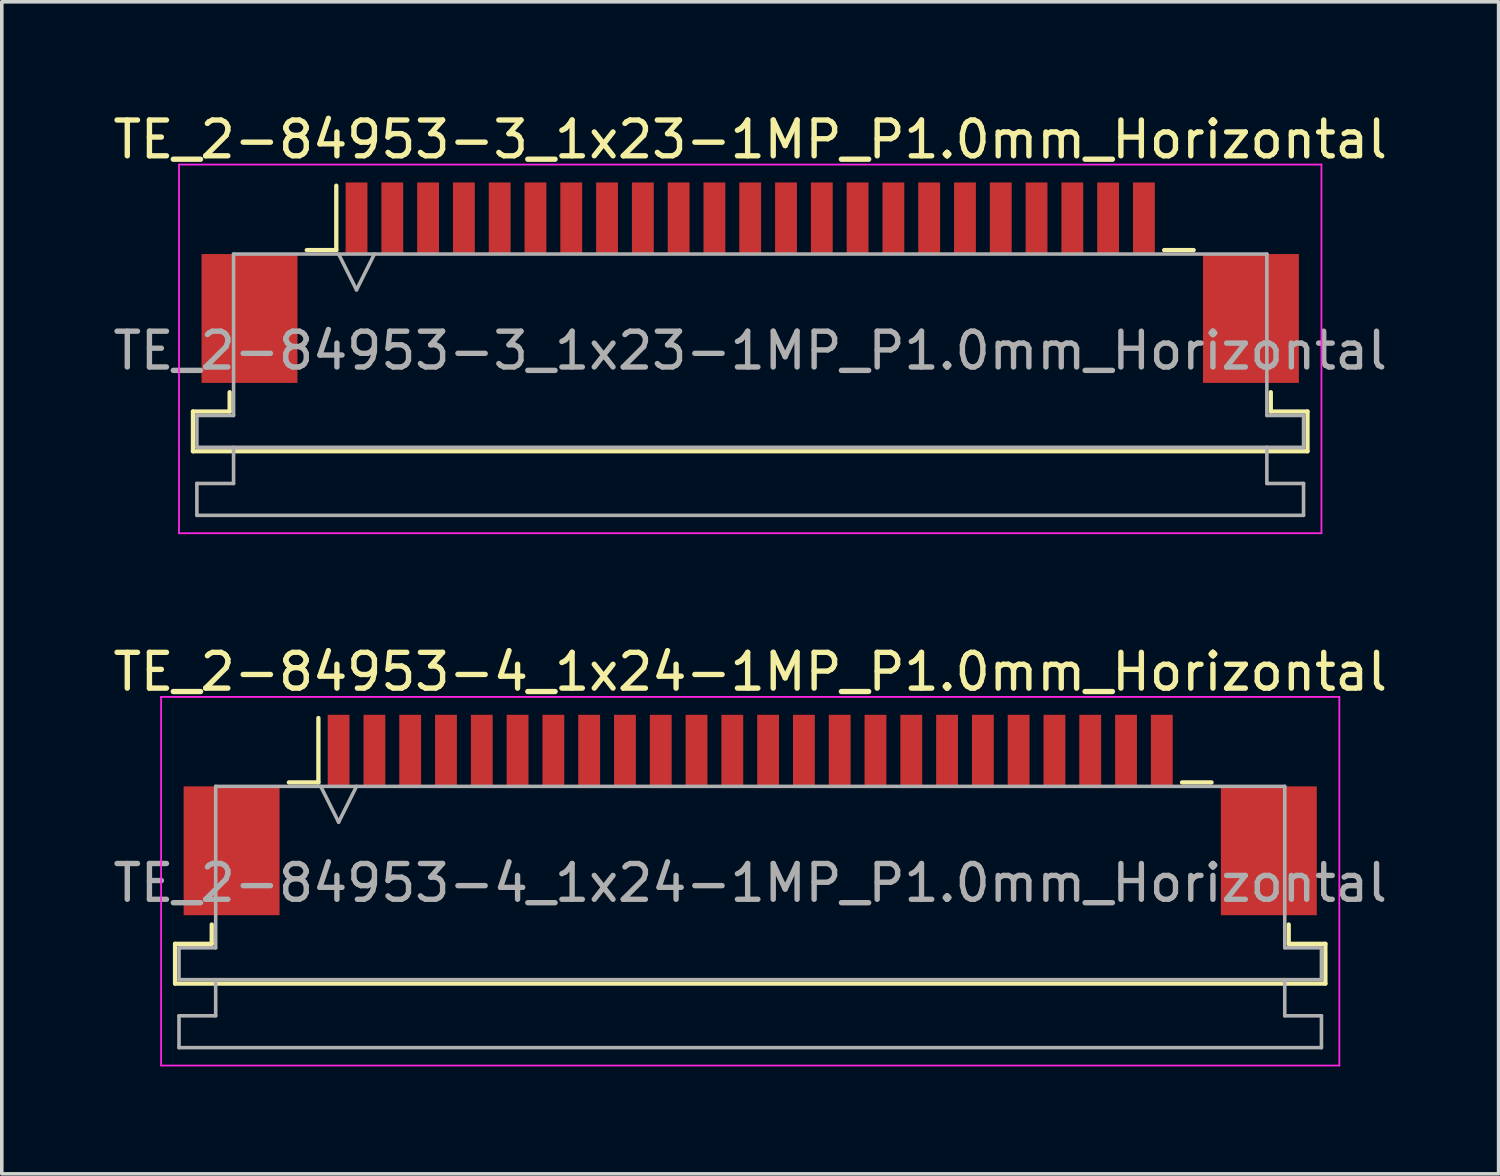
<source format=kicad_pcb>
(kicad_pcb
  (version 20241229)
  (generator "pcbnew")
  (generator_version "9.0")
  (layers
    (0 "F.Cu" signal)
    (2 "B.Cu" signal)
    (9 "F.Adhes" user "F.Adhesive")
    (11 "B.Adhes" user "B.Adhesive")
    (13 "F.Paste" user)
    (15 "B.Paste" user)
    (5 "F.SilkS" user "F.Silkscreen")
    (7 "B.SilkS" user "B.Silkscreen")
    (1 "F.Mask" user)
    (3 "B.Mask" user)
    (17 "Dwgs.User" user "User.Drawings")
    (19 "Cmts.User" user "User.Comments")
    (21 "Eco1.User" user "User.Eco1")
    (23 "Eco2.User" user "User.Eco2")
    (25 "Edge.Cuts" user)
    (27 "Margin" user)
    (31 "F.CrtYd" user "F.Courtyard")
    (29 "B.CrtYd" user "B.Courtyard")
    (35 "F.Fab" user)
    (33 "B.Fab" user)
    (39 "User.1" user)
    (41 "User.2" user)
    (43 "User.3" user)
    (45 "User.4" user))
  (footprint "TE_2-84953-4_1x24-1MP_P1.0mm_Horizontal"
    (layer "F.Cu")
    (at 17.911 19.721)
    (property "Reference" "TE_2-84953-4_1x24-1MP_P1.0mm_Horizontal" (at 0 -4 0) (layer "F.SilkS") (effects (font (size 1 1) (thickness 0.15))))
    (attr smd)
    (fp_line (start -16.07 3.6) (end -15.045 3.6) (stroke (width 0.12) (type solid)) (layer "F.SilkS"))
    (fp_line (start -16.07 4.71) (end -16.07 3.6) (stroke (width 0.12) (type solid)) (layer "F.SilkS"))
    (fp_line (start -15.045 3.6) (end -15.045 3.06) (stroke (width 0.12) (type solid)) (layer "F.SilkS"))
    (fp_line (start -12.89 -0.91) (end -12.065 -0.91) (stroke (width 0.12) (type solid)) (layer "F.SilkS"))
    (fp_line (start -12.065 -0.91) (end -12.065 -2.71) (stroke (width 0.12) (type solid)) (layer "F.SilkS"))
    (fp_line (start 12.065 -0.91) (end 12.89 -0.91) (stroke (width 0.12) (type solid)) (layer "F.SilkS"))
    (fp_line (start 15.045 3.06) (end 15.045 3.6) (stroke (width 0.12) (type solid)) (layer "F.SilkS"))
    (fp_line (start 15.045 3.6) (end 16.07 3.6) (stroke (width 0.12) (type solid)) (layer "F.SilkS"))
    (fp_line (start 16.07 3.6) (end 16.07 4.71) (stroke (width 0.12) (type solid)) (layer "F.SilkS"))
    (fp_line (start 16.07 4.71) (end -16.07 4.71) (stroke (width 0.12) (type solid)) (layer "F.SilkS"))
    (fp_line (start -16.46 -3.3) (end -16.46 7) (stroke (width 0.05) (type solid)) (layer "F.CrtYd"))
    (fp_line (start -16.46 7) (end 16.46 7) (stroke (width 0.05) (type solid)) (layer "F.CrtYd"))
    (fp_line (start 16.46 -3.3) (end -16.46 -3.3) (stroke (width 0.05) (type solid)) (layer "F.CrtYd"))
    (fp_line (start 16.46 7) (end 16.46 -3.3) (stroke (width 0.05) (type solid)) (layer "F.CrtYd"))
    (fp_line (start -15.96 3.71) (end -14.935 3.71) (stroke (width 0.1) (type solid)) (layer "F.Fab"))
    (fp_line (start -15.96 4.6) (end -15.96 3.71) (stroke (width 0.1) (type solid)) (layer "F.Fab"))
    (fp_line (start -15.96 5.61) (end -14.935 5.61) (stroke (width 0.1) (type solid)) (layer "F.Fab"))
    (fp_line (start -15.96 6.5) (end -15.96 5.61) (stroke (width 0.1) (type solid)) (layer "F.Fab"))
    (fp_line (start -14.935 -0.8) (end 14.935 -0.8) (stroke (width 0.1) (type solid)) (layer "F.Fab"))
    (fp_line (start -14.935 3.71) (end -14.935 -0.8) (stroke (width 0.1) (type solid)) (layer "F.Fab"))
    (fp_line (start -14.935 5.61) (end -14.935 4.6) (stroke (width 0.1) (type solid)) (layer "F.Fab"))
    (fp_line (start -12 -0.8) (end -11.5 0.2) (stroke (width 0.1) (type solid)) (layer "F.Fab"))
    (fp_line (start -11.5 0.2) (end -11 -0.8) (stroke (width 0.1) (type solid)) (layer "F.Fab"))
    (fp_line (start 14.935 -0.8) (end 14.935 3.71) (stroke (width 0.1) (type solid)) (layer "F.Fab"))
    (fp_line (start 14.935 3.71) (end 15.96 3.71) (stroke (width 0.1) (type solid)) (layer "F.Fab"))
    (fp_line (start 14.935 4.6) (end 14.935 5.61) (stroke (width 0.1) (type solid)) (layer "F.Fab"))
    (fp_line (start 14.935 5.61) (end 15.96 5.61) (stroke (width 0.1) (type solid)) (layer "F.Fab"))
    (fp_line (start 15.96 3.71) (end 15.96 4.6) (stroke (width 0.1) (type solid)) (layer "F.Fab"))
    (fp_line (start 15.96 4.6) (end -15.96 4.6) (stroke (width 0.1) (type solid)) (layer "F.Fab"))
    (fp_line (start 15.96 5.61) (end 15.96 6.5) (stroke (width 0.1) (type solid)) (layer "F.Fab"))
    (fp_line (start 15.96 6.5) (end -15.96 6.5) (stroke (width 0.1) (type solid)) (layer "F.Fab"))
    (fp_text user "${REFERENCE}" (at 0 1.9 0) (layer "F.Fab") (effects (font (size 1 1) (thickness 0.15))))
    (pad "1" smd rect (at -11.5 -1.8) (size 0.61 2) (layers "F.Cu" "F.Mask" "F.Paste"))
    (pad "2" smd rect (at -10.5 -1.8) (size 0.61 2) (layers "F.Cu" "F.Mask" "F.Paste"))
    (pad "3" smd rect (at -9.5 -1.8) (size 0.61 2) (layers "F.Cu" "F.Mask" "F.Paste"))
    (pad "4" smd rect (at -8.5 -1.8) (size 0.61 2) (layers "F.Cu" "F.Mask" "F.Paste"))
    (pad "5" smd rect (at -7.5 -1.8) (size 0.61 2) (layers "F.Cu" "F.Mask" "F.Paste"))
    (pad "6" smd rect (at -6.5 -1.8) (size 0.61 2) (layers "F.Cu" "F.Mask" "F.Paste"))
    (pad "7" smd rect (at -5.5 -1.8) (size 0.61 2) (layers "F.Cu" "F.Mask" "F.Paste"))
    (pad "8" smd rect (at -4.5 -1.8) (size 0.61 2) (layers "F.Cu" "F.Mask" "F.Paste"))
    (pad "9" smd rect (at -3.5 -1.8) (size 0.61 2) (layers "F.Cu" "F.Mask" "F.Paste"))
    (pad "10" smd rect (at -2.5 -1.8) (size 0.61 2) (layers "F.Cu" "F.Mask" "F.Paste"))
    (pad "11" smd rect (at -1.5 -1.8) (size 0.61 2) (layers "F.Cu" "F.Mask" "F.Paste"))
    (pad "12" smd rect (at -0.5 -1.8) (size 0.61 2) (layers "F.Cu" "F.Mask" "F.Paste"))
    (pad "13" smd rect (at 0.5 -1.8) (size 0.61 2) (layers "F.Cu" "F.Mask" "F.Paste"))
    (pad "14" smd rect (at 1.5 -1.8) (size 0.61 2) (layers "F.Cu" "F.Mask" "F.Paste"))
    (pad "15" smd rect (at 2.5 -1.8) (size 0.61 2) (layers "F.Cu" "F.Mask" "F.Paste"))
    (pad "16" smd rect (at 3.5 -1.8) (size 0.61 2) (layers "F.Cu" "F.Mask" "F.Paste"))
    (pad "17" smd rect (at 4.5 -1.8) (size 0.61 2) (layers "F.Cu" "F.Mask" "F.Paste"))
    (pad "18" smd rect (at 5.5 -1.8) (size 0.61 2) (layers "F.Cu" "F.Mask" "F.Paste"))
    (pad "19" smd rect (at 6.5 -1.8) (size 0.61 2) (layers "F.Cu" "F.Mask" "F.Paste"))
    (pad "20" smd rect (at 7.5 -1.8) (size 0.61 2) (layers "F.Cu" "F.Mask" "F.Paste"))
    (pad "21" smd rect (at 8.5 -1.8) (size 0.61 2) (layers "F.Cu" "F.Mask" "F.Paste"))
    (pad "22" smd rect (at 9.5 -1.8) (size 0.61 2) (layers "F.Cu" "F.Mask" "F.Paste"))
    (pad "23" smd rect (at 10.5 -1.8) (size 0.61 2) (layers "F.Cu" "F.Mask" "F.Paste"))
    (pad "24" smd rect (at 11.5 -1.8) (size 0.61 2) (layers "F.Cu" "F.Mask" "F.Paste"))
    (pad "MP" smd rect (at -14.49 1) (size 2.68 3.6) (layers "F.Cu" "F.Mask" "F.Paste"))
    (pad "MP" smd rect (at 14.49 1) (size 2.68 3.6) (layers "F.Cu" "F.Mask" "F.Paste")))
  (footprint "TE_2-84953-3_1x23-1MP_P1.0mm_Horizontal"
    (layer "F.Cu")
    (at 17.911 4.848)
    (property "Reference" "TE_2-84953-3_1x23-1MP_P1.0mm_Horizontal" (at 0 -4 0) (layer "F.SilkS") (effects (font (size 1 1) (thickness 0.15))))
    (attr smd)
    (fp_line (start -15.57 3.6) (end -14.545 3.6) (stroke (width 0.12) (type solid)) (layer "F.SilkS"))
    (fp_line (start -15.57 4.71) (end -15.57 3.6) (stroke (width 0.12) (type solid)) (layer "F.SilkS"))
    (fp_line (start -14.545 3.6) (end -14.545 3.06) (stroke (width 0.12) (type solid)) (layer "F.SilkS"))
    (fp_line (start -12.39 -0.91) (end -11.565 -0.91) (stroke (width 0.12) (type solid)) (layer "F.SilkS"))
    (fp_line (start -11.565 -0.91) (end -11.565 -2.71) (stroke (width 0.12) (type solid)) (layer "F.SilkS"))
    (fp_line (start 11.565 -0.91) (end 12.39 -0.91) (stroke (width 0.12) (type solid)) (layer "F.SilkS"))
    (fp_line (start 14.545 3.06) (end 14.545 3.6) (stroke (width 0.12) (type solid)) (layer "F.SilkS"))
    (fp_line (start 14.545 3.6) (end 15.57 3.6) (stroke (width 0.12) (type solid)) (layer "F.SilkS"))
    (fp_line (start 15.57 3.6) (end 15.57 4.71) (stroke (width 0.12) (type solid)) (layer "F.SilkS"))
    (fp_line (start 15.57 4.71) (end -15.57 4.71) (stroke (width 0.12) (type solid)) (layer "F.SilkS"))
    (fp_line (start -15.96 -3.3) (end -15.96 7) (stroke (width 0.05) (type solid)) (layer "F.CrtYd"))
    (fp_line (start -15.96 7) (end 15.96 7) (stroke (width 0.05) (type solid)) (layer "F.CrtYd"))
    (fp_line (start 15.96 -3.3) (end -15.96 -3.3) (stroke (width 0.05) (type solid)) (layer "F.CrtYd"))
    (fp_line (start 15.96 7) (end 15.96 -3.3) (stroke (width 0.05) (type solid)) (layer "F.CrtYd"))
    (fp_line (start -15.46 3.71) (end -14.435 3.71) (stroke (width 0.1) (type solid)) (layer "F.Fab"))
    (fp_line (start -15.46 4.6) (end -15.46 3.71) (stroke (width 0.1) (type solid)) (layer "F.Fab"))
    (fp_line (start -15.46 5.61) (end -14.435 5.61) (stroke (width 0.1) (type solid)) (layer "F.Fab"))
    (fp_line (start -15.46 6.5) (end -15.46 5.61) (stroke (width 0.1) (type solid)) (layer "F.Fab"))
    (fp_line (start -14.435 -0.8) (end 14.435 -0.8) (stroke (width 0.1) (type solid)) (layer "F.Fab"))
    (fp_line (start -14.435 3.71) (end -14.435 -0.8) (stroke (width 0.1) (type solid)) (layer "F.Fab"))
    (fp_line (start -14.435 5.61) (end -14.435 4.6) (stroke (width 0.1) (type solid)) (layer "F.Fab"))
    (fp_line (start -11.5 -0.8) (end -11 0.2) (stroke (width 0.1) (type solid)) (layer "F.Fab"))
    (fp_line (start -11 0.2) (end -10.5 -0.8) (stroke (width 0.1) (type solid)) (layer "F.Fab"))
    (fp_line (start 14.435 -0.8) (end 14.435 3.71) (stroke (width 0.1) (type solid)) (layer "F.Fab"))
    (fp_line (start 14.435 3.71) (end 15.46 3.71) (stroke (width 0.1) (type solid)) (layer "F.Fab"))
    (fp_line (start 14.435 4.6) (end 14.435 5.61) (stroke (width 0.1) (type solid)) (layer "F.Fab"))
    (fp_line (start 14.435 5.61) (end 15.46 5.61) (stroke (width 0.1) (type solid)) (layer "F.Fab"))
    (fp_line (start 15.46 3.71) (end 15.46 4.6) (stroke (width 0.1) (type solid)) (layer "F.Fab"))
    (fp_line (start 15.46 4.6) (end -15.46 4.6) (stroke (width 0.1) (type solid)) (layer "F.Fab"))
    (fp_line (start 15.46 5.61) (end 15.46 6.5) (stroke (width 0.1) (type solid)) (layer "F.Fab"))
    (fp_line (start 15.46 6.5) (end -15.46 6.5) (stroke (width 0.1) (type solid)) (layer "F.Fab"))
    (fp_text user "${REFERENCE}" (at 0 1.9 0) (layer "F.Fab") (effects (font (size 1 1) (thickness 0.15))))
    (pad "1" smd rect (at -11 -1.8) (size 0.61 2) (layers "F.Cu" "F.Mask" "F.Paste"))
    (pad "2" smd rect (at -10 -1.8) (size 0.61 2) (layers "F.Cu" "F.Mask" "F.Paste"))
    (pad "3" smd rect (at -9 -1.8) (size 0.61 2) (layers "F.Cu" "F.Mask" "F.Paste"))
    (pad "4" smd rect (at -8 -1.8) (size 0.61 2) (layers "F.Cu" "F.Mask" "F.Paste"))
    (pad "5" smd rect (at -7 -1.8) (size 0.61 2) (layers "F.Cu" "F.Mask" "F.Paste"))
    (pad "6" smd rect (at -6 -1.8) (size 0.61 2) (layers "F.Cu" "F.Mask" "F.Paste"))
    (pad "7" smd rect (at -5 -1.8) (size 0.61 2) (layers "F.Cu" "F.Mask" "F.Paste"))
    (pad "8" smd rect (at -4 -1.8) (size 0.61 2) (layers "F.Cu" "F.Mask" "F.Paste"))
    (pad "9" smd rect (at -3 -1.8) (size 0.61 2) (layers "F.Cu" "F.Mask" "F.Paste"))
    (pad "10" smd rect (at -2 -1.8) (size 0.61 2) (layers "F.Cu" "F.Mask" "F.Paste"))
    (pad "11" smd rect (at -1 -1.8) (size 0.61 2) (layers "F.Cu" "F.Mask" "F.Paste"))
    (pad "12" smd rect (at 0 -1.8) (size 0.61 2) (layers "F.Cu" "F.Mask" "F.Paste"))
    (pad "13" smd rect (at 1 -1.8) (size 0.61 2) (layers "F.Cu" "F.Mask" "F.Paste"))
    (pad "14" smd rect (at 2 -1.8) (size 0.61 2) (layers "F.Cu" "F.Mask" "F.Paste"))
    (pad "15" smd rect (at 3 -1.8) (size 0.61 2) (layers "F.Cu" "F.Mask" "F.Paste"))
    (pad "16" smd rect (at 4 -1.8) (size 0.61 2) (layers "F.Cu" "F.Mask" "F.Paste"))
    (pad "17" smd rect (at 5 -1.8) (size 0.61 2) (layers "F.Cu" "F.Mask" "F.Paste"))
    (pad "18" smd rect (at 6 -1.8) (size 0.61 2) (layers "F.Cu" "F.Mask" "F.Paste"))
    (pad "19" smd rect (at 7 -1.8) (size 0.61 2) (layers "F.Cu" "F.Mask" "F.Paste"))
    (pad "20" smd rect (at 8 -1.8) (size 0.61 2) (layers "F.Cu" "F.Mask" "F.Paste"))
    (pad "21" smd rect (at 9 -1.8) (size 0.61 2) (layers "F.Cu" "F.Mask" "F.Paste"))
    (pad "22" smd rect (at 10 -1.8) (size 0.61 2) (layers "F.Cu" "F.Mask" "F.Paste"))
    (pad "23" smd rect (at 11 -1.8) (size 0.61 2) (layers "F.Cu" "F.Mask" "F.Paste"))
    (pad "MP" smd rect (at -13.99 1) (size 2.68 3.6) (layers "F.Cu" "F.Mask" "F.Paste"))
    (pad "MP" smd rect (at 13.99 1) (size 2.68 3.6) (layers "F.Cu" "F.Mask" "F.Paste")))
  (gr_rect
    (start -3 -3)
    (end 38.821 29.747)
    (stroke (width 0.1) (type default))
    (fill no)
    (layer "Edge.Cuts")))
</source>
